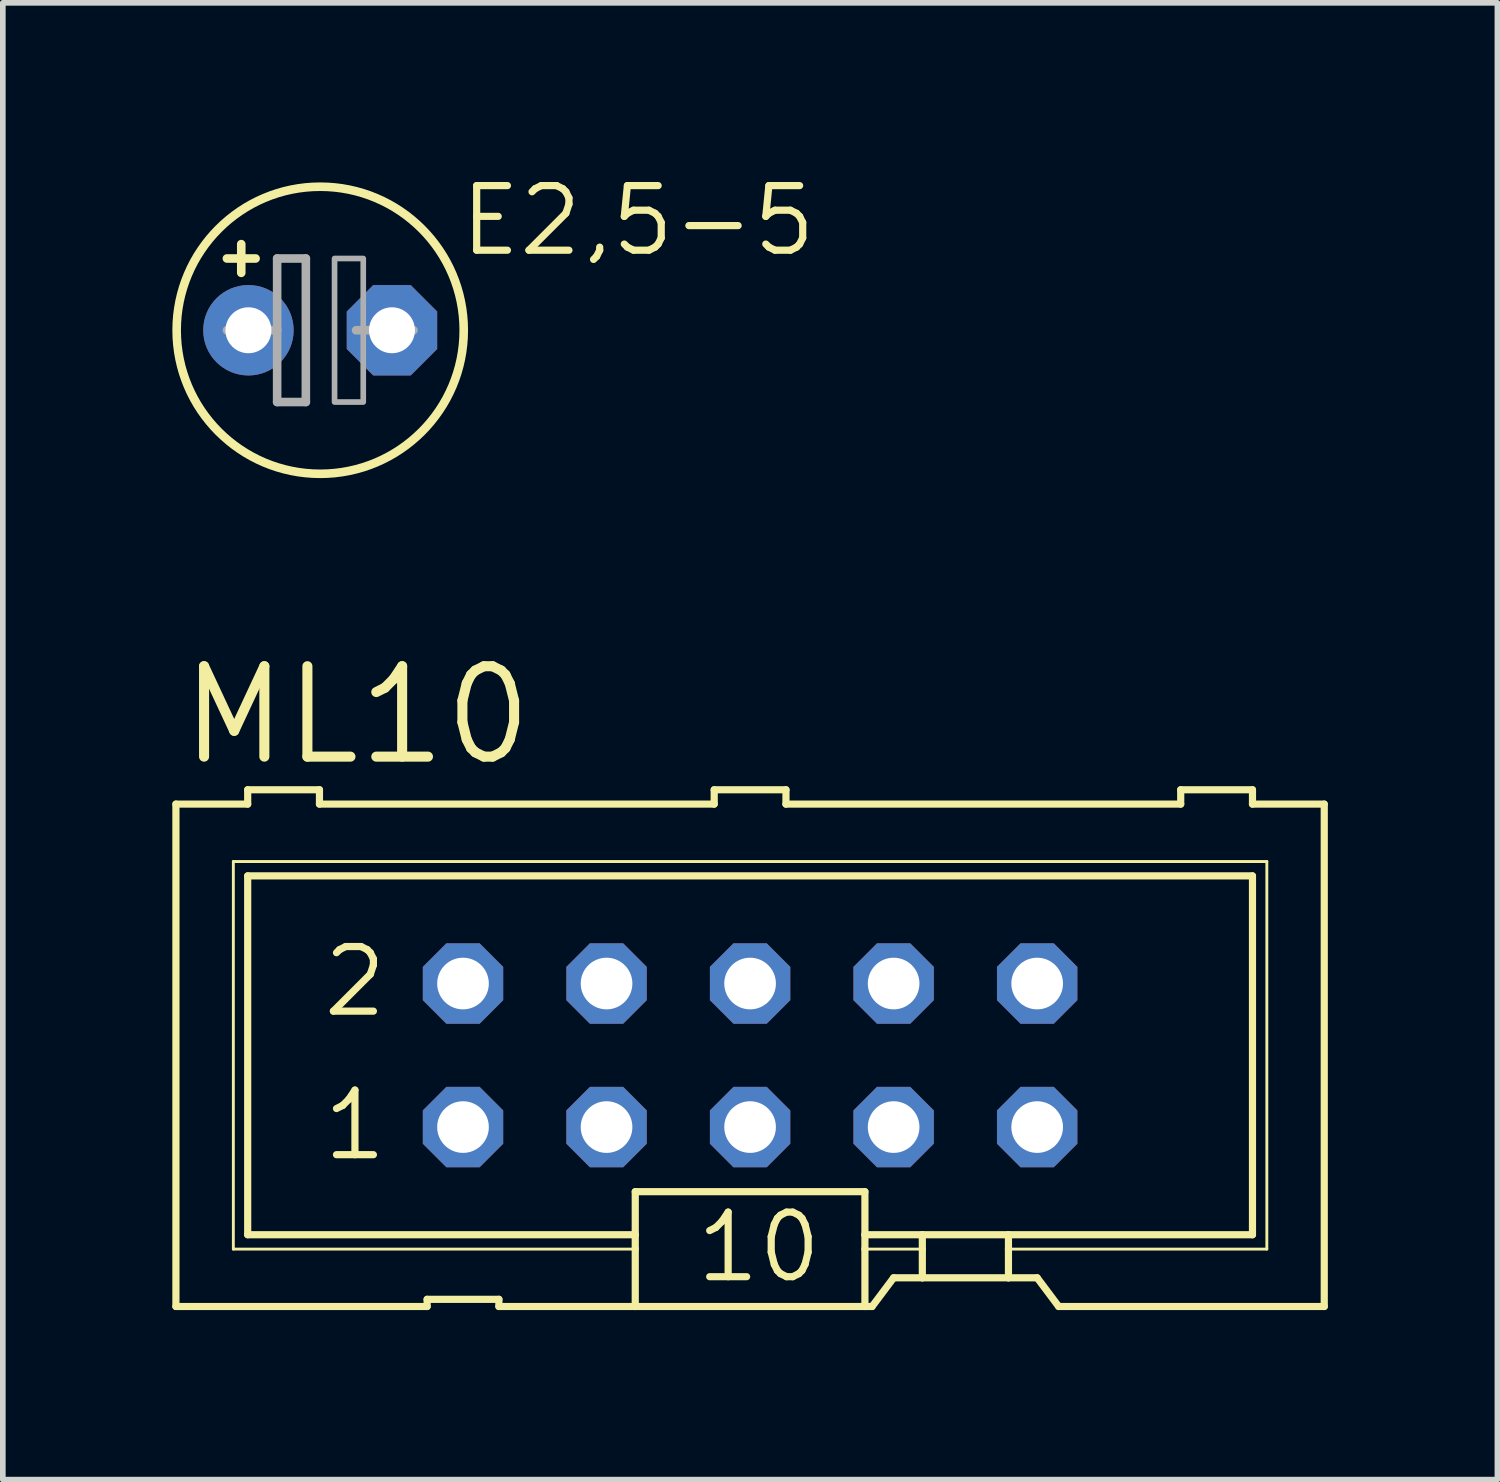
<source format=kicad_pcb>
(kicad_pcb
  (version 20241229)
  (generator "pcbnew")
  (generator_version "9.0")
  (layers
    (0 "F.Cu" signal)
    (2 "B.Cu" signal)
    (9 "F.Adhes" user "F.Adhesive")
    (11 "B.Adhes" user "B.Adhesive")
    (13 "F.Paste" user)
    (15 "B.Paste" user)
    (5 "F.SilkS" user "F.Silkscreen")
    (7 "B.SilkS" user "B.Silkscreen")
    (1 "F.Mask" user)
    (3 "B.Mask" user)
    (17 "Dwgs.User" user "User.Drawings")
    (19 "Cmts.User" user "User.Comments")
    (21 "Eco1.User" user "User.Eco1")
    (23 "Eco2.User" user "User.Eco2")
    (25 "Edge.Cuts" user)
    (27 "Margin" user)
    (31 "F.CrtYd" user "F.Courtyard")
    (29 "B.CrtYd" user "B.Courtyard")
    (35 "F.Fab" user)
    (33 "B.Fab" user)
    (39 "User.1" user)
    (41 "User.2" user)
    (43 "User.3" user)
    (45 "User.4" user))
  (footprint "E2,5-5"
    (layer "F.Cu")
    (at 2.616 2.794)
    (property "Reference" "E2,5-5" (at 2.413 -1.27 0) (layer "F.SilkS") (effects (font (size 1.143 1.143) (thickness 0.127)) (justify left bottom)))
    (fp_line (start -1.651 -1.27) (end -1.397 -1.27) (stroke (width 0.152) (type solid)) (layer "F.SilkS"))
    (fp_line (start -1.397 -1.27) (end -1.397 -1.524) (stroke (width 0.152) (type solid)) (layer "F.SilkS"))
    (fp_line (start -1.397 -1.27) (end -1.143 -1.27) (stroke (width 0.152) (type solid)) (layer "F.SilkS"))
    (fp_line (start -1.397 -1.016) (end -1.397 -1.27) (stroke (width 0.152) (type solid)) (layer "F.SilkS"))
    (fp_circle (center 0 0) (end 2.54 0) (stroke (width 0.152) (type solid)) (fill no) (layer "F.SilkS"))
    (fp_line (start -1.651 0) (end -0.762 0) (stroke (width 0.152) (type solid)) (layer "F.Fab"))
    (fp_line (start -0.762 -1.27) (end -0.762 0) (stroke (width 0.152) (type solid)) (layer "F.Fab"))
    (fp_line (start -0.762 0) (end -0.762 1.27) (stroke (width 0.152) (type solid)) (layer "F.Fab"))
    (fp_line (start -0.762 1.27) (end -0.254 1.27) (stroke (width 0.152) (type solid)) (layer "F.Fab"))
    (fp_line (start -0.254 -1.27) (end -0.762 -1.27) (stroke (width 0.152) (type solid)) (layer "F.Fab"))
    (fp_line (start -0.254 1.27) (end -0.254 -1.27) (stroke (width 0.152) (type solid)) (layer "F.Fab"))
    (fp_line (start 0.635 0) (end 1.651 0) (stroke (width 0.152) (type solid)) (layer "F.Fab"))
    (fp_poly (pts (xy 0.254 1.27) (xy 0.762 1.27) (xy 0.762 -1.27) (xy 0.254 -1.27)) (stroke (width 0.1) (type solid)) (fill no) (layer "F.Fab"))
    (pad "+" thru_hole circle (at -1.27 0) (size 1.6 1.6) (drill 0.813) (layers "*.Cu" "*.Mask"))
    (pad "-" thru_hole roundrect (at 1.27 0) (size 1.6 1.6) (drill 0.813) (layers "*.Cu" "*.Mask") (roundrect_rratio 0.25) (chamfer_ratio 0.293) (chamfer top_left top_right bottom_left bottom_right)))
  (footprint "ML10"
    (layer "F.Cu")
    (at 10.223 15.624)
    (property "Reference" "ML10" (at -10.16 -5.08 0) (layer "F.SilkS") (effects (font (size 1.6 1.6) (thickness 0.178)) (justify left bottom)))
    (fp_line (start -10.16 -4.445) (end -10.16 4.445) (stroke (width 0.127) (type solid)) (layer "F.SilkS"))
    (fp_line (start -10.16 -4.445) (end -8.89 -4.445) (stroke (width 0.127) (type solid)) (layer "F.SilkS"))
    (fp_line (start -9.144 -3.429) (end -9.144 3.429) (stroke (width 0.051) (type solid)) (layer "F.SilkS"))
    (fp_line (start -9.144 3.429) (end -2.032 3.429) (stroke (width 0.051) (type solid)) (layer "F.SilkS"))
    (fp_line (start -8.89 -4.699) (end -8.89 -4.445) (stroke (width 0.127) (type solid)) (layer "F.SilkS"))
    (fp_line (start -8.89 -3.175) (end -8.89 3.175) (stroke (width 0.127) (type solid)) (layer "F.SilkS"))
    (fp_line (start -8.89 -3.175) (end 8.89 -3.175) (stroke (width 0.127) (type solid)) (layer "F.SilkS"))
    (fp_line (start -7.62 -4.699) (end -8.89 -4.699) (stroke (width 0.127) (type solid)) (layer "F.SilkS"))
    (fp_line (start -7.62 -4.699) (end -7.62 -4.445) (stroke (width 0.127) (type solid)) (layer "F.SilkS"))
    (fp_line (start -7.62 -4.445) (end -0.635 -4.445) (stroke (width 0.127) (type solid)) (layer "F.SilkS"))
    (fp_line (start -5.715 4.445) (end -10.16 4.445) (stroke (width 0.127) (type solid)) (layer "F.SilkS"))
    (fp_line (start -5.715 4.445) (end -5.715 4.318) (stroke (width 0.127) (type solid)) (layer "F.SilkS"))
    (fp_line (start -4.445 4.318) (end -5.715 4.318) (stroke (width 0.127) (type solid)) (layer "F.SilkS"))
    (fp_line (start -4.445 4.318) (end -4.445 4.445) (stroke (width 0.127) (type solid)) (layer "F.SilkS"))
    (fp_line (start -2.032 3.175) (end -8.89 3.175) (stroke (width 0.127) (type solid)) (layer "F.SilkS"))
    (fp_line (start -2.032 3.175) (end -2.032 2.413) (stroke (width 0.127) (type solid)) (layer "F.SilkS"))
    (fp_line (start -2.032 3.175) (end -2.032 3.429) (stroke (width 0.127) (type solid)) (layer "F.SilkS"))
    (fp_line (start -2.032 3.429) (end -2.032 4.445) (stroke (width 0.127) (type solid)) (layer "F.SilkS"))
    (fp_line (start -2.032 4.445) (end -4.445 4.445) (stroke (width 0.127) (type solid)) (layer "F.SilkS"))
    (fp_line (start -0.635 -4.699) (end -0.635 -4.445) (stroke (width 0.127) (type solid)) (layer "F.SilkS"))
    (fp_line (start 0.635 -4.699) (end -0.635 -4.699) (stroke (width 0.127) (type solid)) (layer "F.SilkS"))
    (fp_line (start 0.635 -4.699) (end 0.635 -4.445) (stroke (width 0.127) (type solid)) (layer "F.SilkS"))
    (fp_line (start 0.635 -4.445) (end 7.62 -4.445) (stroke (width 0.127) (type solid)) (layer "F.SilkS"))
    (fp_line (start 2.032 2.413) (end -2.032 2.413) (stroke (width 0.127) (type solid)) (layer "F.SilkS"))
    (fp_line (start 2.032 2.413) (end 2.032 3.175) (stroke (width 0.127) (type solid)) (layer "F.SilkS"))
    (fp_line (start 2.032 3.175) (end 2.032 3.429) (stroke (width 0.127) (type solid)) (layer "F.SilkS"))
    (fp_line (start 2.032 3.429) (end 2.032 4.445) (stroke (width 0.127) (type solid)) (layer "F.SilkS"))
    (fp_line (start 2.032 4.445) (end -2.032 4.445) (stroke (width 0.127) (type solid)) (layer "F.SilkS"))
    (fp_line (start 2.159 4.445) (end 2.032 4.445) (stroke (width 0.127) (type solid)) (layer "F.SilkS"))
    (fp_line (start 2.159 4.445) (end 2.54 3.937) (stroke (width 0.127) (type solid)) (layer "F.SilkS"))
    (fp_line (start 3.048 3.175) (end 2.032 3.175) (stroke (width 0.127) (type solid)) (layer "F.SilkS"))
    (fp_line (start 3.048 3.175) (end 3.048 3.429) (stroke (width 0.127) (type solid)) (layer "F.SilkS"))
    (fp_line (start 3.048 3.429) (end 2.032 3.429) (stroke (width 0.051) (type solid)) (layer "F.SilkS"))
    (fp_line (start 3.048 3.429) (end 3.048 3.937) (stroke (width 0.127) (type solid)) (layer "F.SilkS"))
    (fp_line (start 3.048 3.937) (end 2.54 3.937) (stroke (width 0.127) (type solid)) (layer "F.SilkS"))
    (fp_line (start 4.572 3.175) (end 3.048 3.175) (stroke (width 0.127) (type solid)) (layer "F.SilkS"))
    (fp_line (start 4.572 3.175) (end 4.572 3.429) (stroke (width 0.127) (type solid)) (layer "F.SilkS"))
    (fp_line (start 4.572 3.429) (end 4.572 3.937) (stroke (width 0.127) (type solid)) (layer "F.SilkS"))
    (fp_line (start 4.572 3.429) (end 9.144 3.429) (stroke (width 0.051) (type solid)) (layer "F.SilkS"))
    (fp_line (start 4.572 3.937) (end 3.048 3.937) (stroke (width 0.127) (type solid)) (layer "F.SilkS"))
    (fp_line (start 5.08 3.937) (end 4.572 3.937) (stroke (width 0.127) (type solid)) (layer "F.SilkS"))
    (fp_line (start 5.08 3.937) (end 5.461 4.445) (stroke (width 0.127) (type solid)) (layer "F.SilkS"))
    (fp_line (start 7.62 -4.445) (end 7.62 -4.699) (stroke (width 0.127) (type solid)) (layer "F.SilkS"))
    (fp_line (start 8.89 -4.699) (end 7.62 -4.699) (stroke (width 0.127) (type solid)) (layer "F.SilkS"))
    (fp_line (start 8.89 -4.445) (end 8.89 -4.699) (stroke (width 0.127) (type solid)) (layer "F.SilkS"))
    (fp_line (start 8.89 -4.445) (end 10.16 -4.445) (stroke (width 0.127) (type solid)) (layer "F.SilkS"))
    (fp_line (start 8.89 3.175) (end 4.572 3.175) (stroke (width 0.127) (type solid)) (layer "F.SilkS"))
    (fp_line (start 8.89 3.175) (end 8.89 -3.175) (stroke (width 0.127) (type solid)) (layer "F.SilkS"))
    (fp_line (start 9.144 -3.429) (end -9.144 -3.429) (stroke (width 0.051) (type solid)) (layer "F.SilkS"))
    (fp_line (start 9.144 3.429) (end 9.144 -3.429) (stroke (width 0.051) (type solid)) (layer "F.SilkS"))
    (fp_line (start 10.16 4.445) (end 5.461 4.445) (stroke (width 0.127) (type solid)) (layer "F.SilkS"))
    (fp_line (start 10.16 4.445) (end 10.16 -4.445) (stroke (width 0.127) (type solid)) (layer "F.SilkS"))
    (fp_poly (pts (xy -5.334 -1.016) (xy -4.826 -1.016) (xy -4.826 -1.524) (xy -5.334 -1.524)) (stroke (width 0.1) (type solid)) (fill no) (layer "F.Fab"))
    (fp_poly (pts (xy -5.334 1.524) (xy -4.826 1.524) (xy -4.826 1.016) (xy -5.334 1.016)) (stroke (width 0.1) (type solid)) (fill no) (layer "F.Fab"))
    (fp_poly (pts (xy -2.794 -1.016) (xy -2.286 -1.016) (xy -2.286 -1.524) (xy -2.794 -1.524)) (stroke (width 0.1) (type solid)) (fill no) (layer "F.Fab"))
    (fp_poly (pts (xy -2.794 1.524) (xy -2.286 1.524) (xy -2.286 1.016) (xy -2.794 1.016)) (stroke (width 0.1) (type solid)) (fill no) (layer "F.Fab"))
    (fp_poly (pts (xy -0.254 -1.016) (xy 0.254 -1.016) (xy 0.254 -1.524) (xy -0.254 -1.524)) (stroke (width 0.1) (type solid)) (fill no) (layer "F.Fab"))
    (fp_poly (pts (xy -0.254 1.524) (xy 0.254 1.524) (xy 0.254 1.016) (xy -0.254 1.016)) (stroke (width 0.1) (type solid)) (fill no) (layer "F.Fab"))
    (fp_poly (pts (xy 2.286 -1.016) (xy 2.794 -1.016) (xy 2.794 -1.524) (xy 2.286 -1.524)) (stroke (width 0.1) (type solid)) (fill no) (layer "F.Fab"))
    (fp_poly (pts (xy 2.286 1.524) (xy 2.794 1.524) (xy 2.794 1.016) (xy 2.286 1.016)) (stroke (width 0.1) (type solid)) (fill no) (layer "F.Fab"))
    (fp_poly (pts (xy 4.826 -1.016) (xy 5.334 -1.016) (xy 5.334 -1.524) (xy 4.826 -1.524)) (stroke (width 0.1) (type solid)) (fill no) (layer "F.Fab"))
    (fp_poly (pts (xy 4.826 1.524) (xy 5.334 1.524) (xy 5.334 1.016) (xy 4.826 1.016)) (stroke (width 0.1) (type solid)) (fill no) (layer "F.Fab"))
    (fp_text user "10" (at -1.016 4.064 0) (layer "F.SilkS") (effects (font (size 1.143 1.143) (thickness 0.127)) (justify left bottom)))
    (fp_text user "1" (at -7.62 1.905 0) (layer "F.SilkS") (effects (font (size 1.143 1.143) (thickness 0.127)) (justify left bottom)))
    (fp_text user "2" (at -7.62 -0.635 0) (layer "F.SilkS") (effects (font (size 1.143 1.143) (thickness 0.127)) (justify left bottom)))
    (pad "1" thru_hole roundrect (at -5.08 1.27) (size 1.422 1.422) (drill 0.914) (layers "*.Cu" "*.Mask") (roundrect_rratio 0.25) (chamfer_ratio 0.293) (chamfer top_left top_right bottom_left bottom_right))
    (pad "2" thru_hole roundrect (at -5.08 -1.27) (size 1.422 1.422) (drill 0.914) (layers "*.Cu" "*.Mask") (roundrect_rratio 0.25) (chamfer_ratio 0.293) (chamfer top_left top_right bottom_left bottom_right))
    (pad "3" thru_hole roundrect (at -2.54 1.27) (size 1.422 1.422) (drill 0.914) (layers "*.Cu" "*.Mask") (roundrect_rratio 0.25) (chamfer_ratio 0.293) (chamfer top_left top_right bottom_left bottom_right))
    (pad "4" thru_hole roundrect (at -2.54 -1.27) (size 1.422 1.422) (drill 0.914) (layers "*.Cu" "*.Mask") (roundrect_rratio 0.25) (chamfer_ratio 0.293) (chamfer top_left top_right bottom_left bottom_right))
    (pad "5" thru_hole roundrect (at 0 1.27) (size 1.422 1.422) (drill 0.914) (layers "*.Cu" "*.Mask") (roundrect_rratio 0.25) (chamfer_ratio 0.293) (chamfer top_left top_right bottom_left bottom_right))
    (pad "6" thru_hole roundrect (at 0 -1.27) (size 1.422 1.422) (drill 0.914) (layers "*.Cu" "*.Mask") (roundrect_rratio 0.25) (chamfer_ratio 0.293) (chamfer top_left top_right bottom_left bottom_right))
    (pad "7" thru_hole roundrect (at 2.54 1.27) (size 1.422 1.422) (drill 0.914) (layers "*.Cu" "*.Mask") (roundrect_rratio 0.25) (chamfer_ratio 0.293) (chamfer top_left top_right bottom_left bottom_right))
    (pad "8" thru_hole roundrect (at 2.54 -1.27) (size 1.422 1.422) (drill 0.914) (layers "*.Cu" "*.Mask") (roundrect_rratio 0.25) (chamfer_ratio 0.293) (chamfer top_left top_right bottom_left bottom_right))
    (pad "9" thru_hole roundrect (at 5.08 1.27) (size 1.422 1.422) (drill 0.914) (layers "*.Cu" "*.Mask") (roundrect_rratio 0.25) (chamfer_ratio 0.293) (chamfer top_left top_right bottom_left bottom_right))
    (pad "10" thru_hole roundrect (at 5.08 -1.27) (size 1.422 1.422) (drill 0.914) (layers "*.Cu" "*.Mask") (roundrect_rratio 0.25) (chamfer_ratio 0.293) (chamfer top_left top_right bottom_left bottom_right)))
  (gr_rect
    (start -3 -3)
    (end 23.447 23.132)
    (stroke (width 0.1) (type default))
    (fill no)
    (layer "Edge.Cuts")))
</source>
